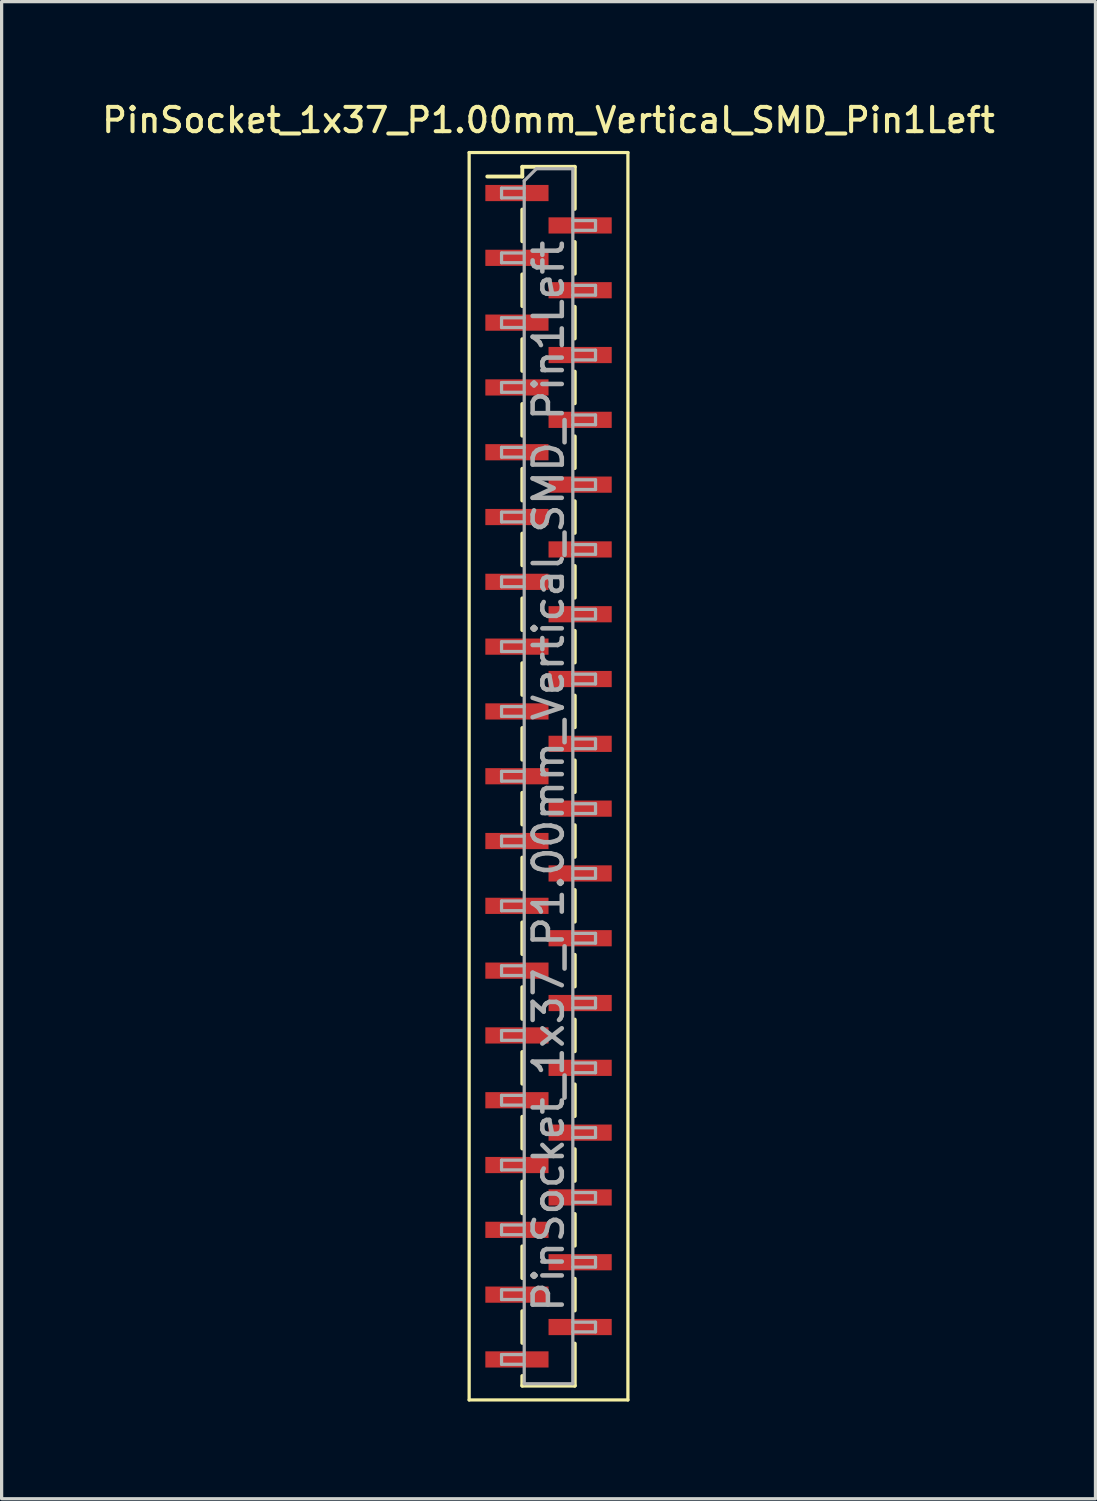
<source format=kicad_pcb>
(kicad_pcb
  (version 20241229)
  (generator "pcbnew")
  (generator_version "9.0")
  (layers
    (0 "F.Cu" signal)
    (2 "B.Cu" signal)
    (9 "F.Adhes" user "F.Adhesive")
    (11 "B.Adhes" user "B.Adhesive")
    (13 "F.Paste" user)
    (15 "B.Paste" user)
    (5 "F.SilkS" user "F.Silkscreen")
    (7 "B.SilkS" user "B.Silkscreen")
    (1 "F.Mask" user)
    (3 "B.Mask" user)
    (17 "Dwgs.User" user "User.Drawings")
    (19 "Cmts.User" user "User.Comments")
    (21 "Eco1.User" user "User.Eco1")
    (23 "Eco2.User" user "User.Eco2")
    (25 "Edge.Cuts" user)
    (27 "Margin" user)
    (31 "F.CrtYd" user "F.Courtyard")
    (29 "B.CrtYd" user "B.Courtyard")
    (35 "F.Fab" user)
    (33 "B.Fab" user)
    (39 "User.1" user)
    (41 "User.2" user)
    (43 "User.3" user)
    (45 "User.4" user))
  (footprint "PinSocket_1x37_P1.00mm_Vertical_SMD_Pin1Left"
    (layer "F.Cu")
    (at 13.88 20.908)
    (property "Reference" "PinSocket_1x37_P1.00mm_Vertical_SMD_Pin1Left" (at 0 -20.25 0) (layer "F.SilkS") (effects (font (size 0.75 0.75) (thickness 0.125))))
    (attr smd)
    (fp_line (start -2.45 -19.25) (end 2.45 -19.25) (stroke (width 0.1) (type solid)) (layer "F.SilkS"))
    (fp_line (start -2.45 19.25) (end -2.45 -19.25) (stroke (width 0.1) (type solid)) (layer "F.SilkS"))
    (fp_line (start -1.89 -18.51) (end -0.81 -18.51) (stroke (width 0.12) (type solid)) (layer "F.SilkS"))
    (fp_line (start -0.81 -18.81) (end -0.81 -18.51) (stroke (width 0.12) (type solid)) (layer "F.SilkS"))
    (fp_line (start -0.81 -18.81) (end 0.81 -18.81) (stroke (width 0.12) (type solid)) (layer "F.SilkS"))
    (fp_line (start -0.81 -17.49) (end -0.81 -16.51) (stroke (width 0.12) (type solid)) (layer "F.SilkS"))
    (fp_line (start -0.81 -15.49) (end -0.81 -14.51) (stroke (width 0.12) (type solid)) (layer "F.SilkS"))
    (fp_line (start -0.81 -13.49) (end -0.81 -12.51) (stroke (width 0.12) (type solid)) (layer "F.SilkS"))
    (fp_line (start -0.81 -11.49) (end -0.81 -10.51) (stroke (width 0.12) (type solid)) (layer "F.SilkS"))
    (fp_line (start -0.81 -9.49) (end -0.81 -8.51) (stroke (width 0.12) (type solid)) (layer "F.SilkS"))
    (fp_line (start -0.81 -7.49) (end -0.81 -6.51) (stroke (width 0.12) (type solid)) (layer "F.SilkS"))
    (fp_line (start -0.81 -5.49) (end -0.81 -4.51) (stroke (width 0.12) (type solid)) (layer "F.SilkS"))
    (fp_line (start -0.81 -3.49) (end -0.81 -2.51) (stroke (width 0.12) (type solid)) (layer "F.SilkS"))
    (fp_line (start -0.81 -1.49) (end -0.81 -0.51) (stroke (width 0.12) (type solid)) (layer "F.SilkS"))
    (fp_line (start -0.81 0.51) (end -0.81 1.49) (stroke (width 0.12) (type solid)) (layer "F.SilkS"))
    (fp_line (start -0.81 2.51) (end -0.81 3.49) (stroke (width 0.12) (type solid)) (layer "F.SilkS"))
    (fp_line (start -0.81 4.51) (end -0.81 5.49) (stroke (width 0.12) (type solid)) (layer "F.SilkS"))
    (fp_line (start -0.81 6.51) (end -0.81 7.49) (stroke (width 0.12) (type solid)) (layer "F.SilkS"))
    (fp_line (start -0.81 8.51) (end -0.81 9.49) (stroke (width 0.12) (type solid)) (layer "F.SilkS"))
    (fp_line (start -0.81 10.51) (end -0.81 11.49) (stroke (width 0.12) (type solid)) (layer "F.SilkS"))
    (fp_line (start -0.81 12.51) (end -0.81 13.49) (stroke (width 0.12) (type solid)) (layer "F.SilkS"))
    (fp_line (start -0.81 14.51) (end -0.81 15.49) (stroke (width 0.12) (type solid)) (layer "F.SilkS"))
    (fp_line (start -0.81 16.51) (end -0.81 17.49) (stroke (width 0.12) (type solid)) (layer "F.SilkS"))
    (fp_line (start -0.81 18.51) (end -0.81 18.81) (stroke (width 0.12) (type solid)) (layer "F.SilkS"))
    (fp_line (start -0.81 18.81) (end 0.81 18.81) (stroke (width 0.12) (type solid)) (layer "F.SilkS"))
    (fp_line (start 0.81 -18.81) (end 0.81 -17.51) (stroke (width 0.12) (type solid)) (layer "F.SilkS"))
    (fp_line (start 0.81 -16.49) (end 0.81 -15.51) (stroke (width 0.12) (type solid)) (layer "F.SilkS"))
    (fp_line (start 0.81 -14.49) (end 0.81 -13.51) (stroke (width 0.12) (type solid)) (layer "F.SilkS"))
    (fp_line (start 0.81 -12.49) (end 0.81 -11.51) (stroke (width 0.12) (type solid)) (layer "F.SilkS"))
    (fp_line (start 0.81 -10.49) (end 0.81 -9.51) (stroke (width 0.12) (type solid)) (layer "F.SilkS"))
    (fp_line (start 0.81 -8.49) (end 0.81 -7.51) (stroke (width 0.12) (type solid)) (layer "F.SilkS"))
    (fp_line (start 0.81 -6.49) (end 0.81 -5.51) (stroke (width 0.12) (type solid)) (layer "F.SilkS"))
    (fp_line (start 0.81 -4.49) (end 0.81 -3.51) (stroke (width 0.12) (type solid)) (layer "F.SilkS"))
    (fp_line (start 0.81 -2.49) (end 0.81 -1.51) (stroke (width 0.12) (type solid)) (layer "F.SilkS"))
    (fp_line (start 0.81 -0.49) (end 0.81 0.49) (stroke (width 0.12) (type solid)) (layer "F.SilkS"))
    (fp_line (start 0.81 1.51) (end 0.81 2.49) (stroke (width 0.12) (type solid)) (layer "F.SilkS"))
    (fp_line (start 0.81 3.51) (end 0.81 4.49) (stroke (width 0.12) (type solid)) (layer "F.SilkS"))
    (fp_line (start 0.81 5.51) (end 0.81 6.49) (stroke (width 0.12) (type solid)) (layer "F.SilkS"))
    (fp_line (start 0.81 7.51) (end 0.81 8.49) (stroke (width 0.12) (type solid)) (layer "F.SilkS"))
    (fp_line (start 0.81 9.51) (end 0.81 10.49) (stroke (width 0.12) (type solid)) (layer "F.SilkS"))
    (fp_line (start 0.81 11.51) (end 0.81 12.49) (stroke (width 0.12) (type solid)) (layer "F.SilkS"))
    (fp_line (start 0.81 13.51) (end 0.81 14.49) (stroke (width 0.12) (type solid)) (layer "F.SilkS"))
    (fp_line (start 0.81 15.51) (end 0.81 16.49) (stroke (width 0.12) (type solid)) (layer "F.SilkS"))
    (fp_line (start 0.81 17.51) (end 0.81 18.81) (stroke (width 0.12) (type solid)) (layer "F.SilkS"))
    (fp_line (start 2.45 -19.25) (end 2.45 19.25) (stroke (width 0.1) (type solid)) (layer "F.SilkS"))
    (fp_line (start 2.45 19.25) (end -2.45 19.25) (stroke (width 0.1) (type solid)) (layer "F.SilkS"))
    (fp_line (start -1.45 -18.15) (end -0.75 -18.15) (stroke (width 0.1) (type solid)) (layer "F.Fab"))
    (fp_line (start -1.45 -17.85) (end -1.45 -18.15) (stroke (width 0.1) (type solid)) (layer "F.Fab"))
    (fp_line (start -1.45 -16.15) (end -0.75 -16.15) (stroke (width 0.1) (type solid)) (layer "F.Fab"))
    (fp_line (start -1.45 -15.85) (end -1.45 -16.15) (stroke (width 0.1) (type solid)) (layer "F.Fab"))
    (fp_line (start -1.45 -14.15) (end -0.75 -14.15) (stroke (width 0.1) (type solid)) (layer "F.Fab"))
    (fp_line (start -1.45 -13.85) (end -1.45 -14.15) (stroke (width 0.1) (type solid)) (layer "F.Fab"))
    (fp_line (start -1.45 -12.15) (end -0.75 -12.15) (stroke (width 0.1) (type solid)) (layer "F.Fab"))
    (fp_line (start -1.45 -11.85) (end -1.45 -12.15) (stroke (width 0.1) (type solid)) (layer "F.Fab"))
    (fp_line (start -1.45 -10.15) (end -0.75 -10.15) (stroke (width 0.1) (type solid)) (layer "F.Fab"))
    (fp_line (start -1.45 -9.85) (end -1.45 -10.15) (stroke (width 0.1) (type solid)) (layer "F.Fab"))
    (fp_line (start -1.45 -8.15) (end -0.75 -8.15) (stroke (width 0.1) (type solid)) (layer "F.Fab"))
    (fp_line (start -1.45 -7.85) (end -1.45 -8.15) (stroke (width 0.1) (type solid)) (layer "F.Fab"))
    (fp_line (start -1.45 -6.15) (end -0.75 -6.15) (stroke (width 0.1) (type solid)) (layer "F.Fab"))
    (fp_line (start -1.45 -5.85) (end -1.45 -6.15) (stroke (width 0.1) (type solid)) (layer "F.Fab"))
    (fp_line (start -1.45 -4.15) (end -0.75 -4.15) (stroke (width 0.1) (type solid)) (layer "F.Fab"))
    (fp_line (start -1.45 -3.85) (end -1.45 -4.15) (stroke (width 0.1) (type solid)) (layer "F.Fab"))
    (fp_line (start -1.45 -2.15) (end -0.75 -2.15) (stroke (width 0.1) (type solid)) (layer "F.Fab"))
    (fp_line (start -1.45 -1.85) (end -1.45 -2.15) (stroke (width 0.1) (type solid)) (layer "F.Fab"))
    (fp_line (start -1.45 -0.15) (end -0.75 -0.15) (stroke (width 0.1) (type solid)) (layer "F.Fab"))
    (fp_line (start -1.45 0.15) (end -1.45 -0.15) (stroke (width 0.1) (type solid)) (layer "F.Fab"))
    (fp_line (start -1.45 1.85) (end -0.75 1.85) (stroke (width 0.1) (type solid)) (layer "F.Fab"))
    (fp_line (start -1.45 2.15) (end -1.45 1.85) (stroke (width 0.1) (type solid)) (layer "F.Fab"))
    (fp_line (start -1.45 3.85) (end -0.75 3.85) (stroke (width 0.1) (type solid)) (layer "F.Fab"))
    (fp_line (start -1.45 4.15) (end -1.45 3.85) (stroke (width 0.1) (type solid)) (layer "F.Fab"))
    (fp_line (start -1.45 5.85) (end -0.75 5.85) (stroke (width 0.1) (type solid)) (layer "F.Fab"))
    (fp_line (start -1.45 6.15) (end -1.45 5.85) (stroke (width 0.1) (type solid)) (layer "F.Fab"))
    (fp_line (start -1.45 7.85) (end -0.75 7.85) (stroke (width 0.1) (type solid)) (layer "F.Fab"))
    (fp_line (start -1.45 8.15) (end -1.45 7.85) (stroke (width 0.1) (type solid)) (layer "F.Fab"))
    (fp_line (start -1.45 9.85) (end -0.75 9.85) (stroke (width 0.1) (type solid)) (layer "F.Fab"))
    (fp_line (start -1.45 10.15) (end -1.45 9.85) (stroke (width 0.1) (type solid)) (layer "F.Fab"))
    (fp_line (start -1.45 11.85) (end -0.75 11.85) (stroke (width 0.1) (type solid)) (layer "F.Fab"))
    (fp_line (start -1.45 12.15) (end -1.45 11.85) (stroke (width 0.1) (type solid)) (layer "F.Fab"))
    (fp_line (start -1.45 13.85) (end -0.75 13.85) (stroke (width 0.1) (type solid)) (layer "F.Fab"))
    (fp_line (start -1.45 14.15) (end -1.45 13.85) (stroke (width 0.1) (type solid)) (layer "F.Fab"))
    (fp_line (start -1.45 15.85) (end -0.75 15.85) (stroke (width 0.1) (type solid)) (layer "F.Fab"))
    (fp_line (start -1.45 16.15) (end -1.45 15.85) (stroke (width 0.1) (type solid)) (layer "F.Fab"))
    (fp_line (start -1.45 17.85) (end -0.75 17.85) (stroke (width 0.1) (type solid)) (layer "F.Fab"))
    (fp_line (start -1.45 18.15) (end -1.45 17.85) (stroke (width 0.1) (type solid)) (layer "F.Fab"))
    (fp_line (start -0.75 -18.375) (end -0.375 -18.75) (stroke (width 0.1) (type solid)) (layer "F.Fab"))
    (fp_line (start -0.75 -17.85) (end -1.45 -17.85) (stroke (width 0.1) (type solid)) (layer "F.Fab"))
    (fp_line (start -0.75 -15.85) (end -1.45 -15.85) (stroke (width 0.1) (type solid)) (layer "F.Fab"))
    (fp_line (start -0.75 -13.85) (end -1.45 -13.85) (stroke (width 0.1) (type solid)) (layer "F.Fab"))
    (fp_line (start -0.75 -11.85) (end -1.45 -11.85) (stroke (width 0.1) (type solid)) (layer "F.Fab"))
    (fp_line (start -0.75 -9.85) (end -1.45 -9.85) (stroke (width 0.1) (type solid)) (layer "F.Fab"))
    (fp_line (start -0.75 -7.85) (end -1.45 -7.85) (stroke (width 0.1) (type solid)) (layer "F.Fab"))
    (fp_line (start -0.75 -5.85) (end -1.45 -5.85) (stroke (width 0.1) (type solid)) (layer "F.Fab"))
    (fp_line (start -0.75 -3.85) (end -1.45 -3.85) (stroke (width 0.1) (type solid)) (layer "F.Fab"))
    (fp_line (start -0.75 -1.85) (end -1.45 -1.85) (stroke (width 0.1) (type solid)) (layer "F.Fab"))
    (fp_line (start -0.75 0.15) (end -1.45 0.15) (stroke (width 0.1) (type solid)) (layer "F.Fab"))
    (fp_line (start -0.75 2.15) (end -1.45 2.15) (stroke (width 0.1) (type solid)) (layer "F.Fab"))
    (fp_line (start -0.75 4.15) (end -1.45 4.15) (stroke (width 0.1) (type solid)) (layer "F.Fab"))
    (fp_line (start -0.75 6.15) (end -1.45 6.15) (stroke (width 0.1) (type solid)) (layer "F.Fab"))
    (fp_line (start -0.75 8.15) (end -1.45 8.15) (stroke (width 0.1) (type solid)) (layer "F.Fab"))
    (fp_line (start -0.75 10.15) (end -1.45 10.15) (stroke (width 0.1) (type solid)) (layer "F.Fab"))
    (fp_line (start -0.75 12.15) (end -1.45 12.15) (stroke (width 0.1) (type solid)) (layer "F.Fab"))
    (fp_line (start -0.75 14.15) (end -1.45 14.15) (stroke (width 0.1) (type solid)) (layer "F.Fab"))
    (fp_line (start -0.75 16.15) (end -1.45 16.15) (stroke (width 0.1) (type solid)) (layer "F.Fab"))
    (fp_line (start -0.75 18.15) (end -1.45 18.15) (stroke (width 0.1) (type solid)) (layer "F.Fab"))
    (fp_line (start -0.75 18.75) (end -0.75 -18.375) (stroke (width 0.1) (type solid)) (layer "F.Fab"))
    (fp_line (start -0.375 -18.75) (end 0.75 -18.75) (stroke (width 0.1) (type solid)) (layer "F.Fab"))
    (fp_line (start 0.75 -18.75) (end 0.75 18.75) (stroke (width 0.1) (type solid)) (layer "F.Fab"))
    (fp_line (start 0.75 -17.15) (end 1.45 -17.15) (stroke (width 0.1) (type solid)) (layer "F.Fab"))
    (fp_line (start 0.75 -15.15) (end 1.45 -15.15) (stroke (width 0.1) (type solid)) (layer "F.Fab"))
    (fp_line (start 0.75 -13.15) (end 1.45 -13.15) (stroke (width 0.1) (type solid)) (layer "F.Fab"))
    (fp_line (start 0.75 -11.15) (end 1.45 -11.15) (stroke (width 0.1) (type solid)) (layer "F.Fab"))
    (fp_line (start 0.75 -9.15) (end 1.45 -9.15) (stroke (width 0.1) (type solid)) (layer "F.Fab"))
    (fp_line (start 0.75 -7.15) (end 1.45 -7.15) (stroke (width 0.1) (type solid)) (layer "F.Fab"))
    (fp_line (start 0.75 -5.15) (end 1.45 -5.15) (stroke (width 0.1) (type solid)) (layer "F.Fab"))
    (fp_line (start 0.75 -3.15) (end 1.45 -3.15) (stroke (width 0.1) (type solid)) (layer "F.Fab"))
    (fp_line (start 0.75 -1.15) (end 1.45 -1.15) (stroke (width 0.1) (type solid)) (layer "F.Fab"))
    (fp_line (start 0.75 0.85) (end 1.45 0.85) (stroke (width 0.1) (type solid)) (layer "F.Fab"))
    (fp_line (start 0.75 2.85) (end 1.45 2.85) (stroke (width 0.1) (type solid)) (layer "F.Fab"))
    (fp_line (start 0.75 4.85) (end 1.45 4.85) (stroke (width 0.1) (type solid)) (layer "F.Fab"))
    (fp_line (start 0.75 6.85) (end 1.45 6.85) (stroke (width 0.1) (type solid)) (layer "F.Fab"))
    (fp_line (start 0.75 8.85) (end 1.45 8.85) (stroke (width 0.1) (type solid)) (layer "F.Fab"))
    (fp_line (start 0.75 10.85) (end 1.45 10.85) (stroke (width 0.1) (type solid)) (layer "F.Fab"))
    (fp_line (start 0.75 12.85) (end 1.45 12.85) (stroke (width 0.1) (type solid)) (layer "F.Fab"))
    (fp_line (start 0.75 14.85) (end 1.45 14.85) (stroke (width 0.1) (type solid)) (layer "F.Fab"))
    (fp_line (start 0.75 16.85) (end 1.45 16.85) (stroke (width 0.1) (type solid)) (layer "F.Fab"))
    (fp_line (start 0.75 18.75) (end -0.75 18.75) (stroke (width 0.1) (type solid)) (layer "F.Fab"))
    (fp_line (start 1.45 -17.15) (end 1.45 -16.85) (stroke (width 0.1) (type solid)) (layer "F.Fab"))
    (fp_line (start 1.45 -16.85) (end 0.75 -16.85) (stroke (width 0.1) (type solid)) (layer "F.Fab"))
    (fp_line (start 1.45 -15.15) (end 1.45 -14.85) (stroke (width 0.1) (type solid)) (layer "F.Fab"))
    (fp_line (start 1.45 -14.85) (end 0.75 -14.85) (stroke (width 0.1) (type solid)) (layer "F.Fab"))
    (fp_line (start 1.45 -13.15) (end 1.45 -12.85) (stroke (width 0.1) (type solid)) (layer "F.Fab"))
    (fp_line (start 1.45 -12.85) (end 0.75 -12.85) (stroke (width 0.1) (type solid)) (layer "F.Fab"))
    (fp_line (start 1.45 -11.15) (end 1.45 -10.85) (stroke (width 0.1) (type solid)) (layer "F.Fab"))
    (fp_line (start 1.45 -10.85) (end 0.75 -10.85) (stroke (width 0.1) (type solid)) (layer "F.Fab"))
    (fp_line (start 1.45 -9.15) (end 1.45 -8.85) (stroke (width 0.1) (type solid)) (layer "F.Fab"))
    (fp_line (start 1.45 -8.85) (end 0.75 -8.85) (stroke (width 0.1) (type solid)) (layer "F.Fab"))
    (fp_line (start 1.45 -7.15) (end 1.45 -6.85) (stroke (width 0.1) (type solid)) (layer "F.Fab"))
    (fp_line (start 1.45 -6.85) (end 0.75 -6.85) (stroke (width 0.1) (type solid)) (layer "F.Fab"))
    (fp_line (start 1.45 -5.15) (end 1.45 -4.85) (stroke (width 0.1) (type solid)) (layer "F.Fab"))
    (fp_line (start 1.45 -4.85) (end 0.75 -4.85) (stroke (width 0.1) (type solid)) (layer "F.Fab"))
    (fp_line (start 1.45 -3.15) (end 1.45 -2.85) (stroke (width 0.1) (type solid)) (layer "F.Fab"))
    (fp_line (start 1.45 -2.85) (end 0.75 -2.85) (stroke (width 0.1) (type solid)) (layer "F.Fab"))
    (fp_line (start 1.45 -1.15) (end 1.45 -0.85) (stroke (width 0.1) (type solid)) (layer "F.Fab"))
    (fp_line (start 1.45 -0.85) (end 0.75 -0.85) (stroke (width 0.1) (type solid)) (layer "F.Fab"))
    (fp_line (start 1.45 0.85) (end 1.45 1.15) (stroke (width 0.1) (type solid)) (layer "F.Fab"))
    (fp_line (start 1.45 1.15) (end 0.75 1.15) (stroke (width 0.1) (type solid)) (layer "F.Fab"))
    (fp_line (start 1.45 2.85) (end 1.45 3.15) (stroke (width 0.1) (type solid)) (layer "F.Fab"))
    (fp_line (start 1.45 3.15) (end 0.75 3.15) (stroke (width 0.1) (type solid)) (layer "F.Fab"))
    (fp_line (start 1.45 4.85) (end 1.45 5.15) (stroke (width 0.1) (type solid)) (layer "F.Fab"))
    (fp_line (start 1.45 5.15) (end 0.75 5.15) (stroke (width 0.1) (type solid)) (layer "F.Fab"))
    (fp_line (start 1.45 6.85) (end 1.45 7.15) (stroke (width 0.1) (type solid)) (layer "F.Fab"))
    (fp_line (start 1.45 7.15) (end 0.75 7.15) (stroke (width 0.1) (type solid)) (layer "F.Fab"))
    (fp_line (start 1.45 8.85) (end 1.45 9.15) (stroke (width 0.1) (type solid)) (layer "F.Fab"))
    (fp_line (start 1.45 9.15) (end 0.75 9.15) (stroke (width 0.1) (type solid)) (layer "F.Fab"))
    (fp_line (start 1.45 10.85) (end 1.45 11.15) (stroke (width 0.1) (type solid)) (layer "F.Fab"))
    (fp_line (start 1.45 11.15) (end 0.75 11.15) (stroke (width 0.1) (type solid)) (layer "F.Fab"))
    (fp_line (start 1.45 12.85) (end 1.45 13.15) (stroke (width 0.1) (type solid)) (layer "F.Fab"))
    (fp_line (start 1.45 13.15) (end 0.75 13.15) (stroke (width 0.1) (type solid)) (layer "F.Fab"))
    (fp_line (start 1.45 14.85) (end 1.45 15.15) (stroke (width 0.1) (type solid)) (layer "F.Fab"))
    (fp_line (start 1.45 15.15) (end 0.75 15.15) (stroke (width 0.1) (type solid)) (layer "F.Fab"))
    (fp_line (start 1.45 16.85) (end 1.45 17.15) (stroke (width 0.1) (type solid)) (layer "F.Fab"))
    (fp_line (start 1.45 17.15) (end 0.75 17.15) (stroke (width 0.1) (type solid)) (layer "F.Fab"))
    (fp_text user "${REFERENCE}" (at 0 0 90) (layer "F.Fab") (effects (font (size 0.9 0.9) (thickness 0.14))))
    (pad "1" smd rect (at -0.975 -18) (size 1.95 0.5) (layers "F.Cu" "F.Mask" "F.Paste"))
    (pad "2" smd rect (at 0.975 -17) (size 1.95 0.5) (layers "F.Cu" "F.Mask" "F.Paste"))
    (pad "3" smd rect (at -0.975 -16) (size 1.95 0.5) (layers "F.Cu" "F.Mask" "F.Paste"))
    (pad "4" smd rect (at 0.975 -15) (size 1.95 0.5) (layers "F.Cu" "F.Mask" "F.Paste"))
    (pad "5" smd rect (at -0.975 -14) (size 1.95 0.5) (layers "F.Cu" "F.Mask" "F.Paste"))
    (pad "6" smd rect (at 0.975 -13) (size 1.95 0.5) (layers "F.Cu" "F.Mask" "F.Paste"))
    (pad "7" smd rect (at -0.975 -12) (size 1.95 0.5) (layers "F.Cu" "F.Mask" "F.Paste"))
    (pad "8" smd rect (at 0.975 -11) (size 1.95 0.5) (layers "F.Cu" "F.Mask" "F.Paste"))
    (pad "9" smd rect (at -0.975 -10) (size 1.95 0.5) (layers "F.Cu" "F.Mask" "F.Paste"))
    (pad "10" smd rect (at 0.975 -9) (size 1.95 0.5) (layers "F.Cu" "F.Mask" "F.Paste"))
    (pad "11" smd rect (at -0.975 -8) (size 1.95 0.5) (layers "F.Cu" "F.Mask" "F.Paste"))
    (pad "12" smd rect (at 0.975 -7) (size 1.95 0.5) (layers "F.Cu" "F.Mask" "F.Paste"))
    (pad "13" smd rect (at -0.975 -6) (size 1.95 0.5) (layers "F.Cu" "F.Mask" "F.Paste"))
    (pad "14" smd rect (at 0.975 -5) (size 1.95 0.5) (layers "F.Cu" "F.Mask" "F.Paste"))
    (pad "15" smd rect (at -0.975 -4) (size 1.95 0.5) (layers "F.Cu" "F.Mask" "F.Paste"))
    (pad "16" smd rect (at 0.975 -3) (size 1.95 0.5) (layers "F.Cu" "F.Mask" "F.Paste"))
    (pad "17" smd rect (at -0.975 -2) (size 1.95 0.5) (layers "F.Cu" "F.Mask" "F.Paste"))
    (pad "18" smd rect (at 0.975 -1) (size 1.95 0.5) (layers "F.Cu" "F.Mask" "F.Paste"))
    (pad "19" smd rect (at -0.975 0) (size 1.95 0.5) (layers "F.Cu" "F.Mask" "F.Paste"))
    (pad "20" smd rect (at 0.975 1) (size 1.95 0.5) (layers "F.Cu" "F.Mask" "F.Paste"))
    (pad "21" smd rect (at -0.975 2) (size 1.95 0.5) (layers "F.Cu" "F.Mask" "F.Paste"))
    (pad "22" smd rect (at 0.975 3) (size 1.95 0.5) (layers "F.Cu" "F.Mask" "F.Paste"))
    (pad "23" smd rect (at -0.975 4) (size 1.95 0.5) (layers "F.Cu" "F.Mask" "F.Paste"))
    (pad "24" smd rect (at 0.975 5) (size 1.95 0.5) (layers "F.Cu" "F.Mask" "F.Paste"))
    (pad "25" smd rect (at -0.975 6) (size 1.95 0.5) (layers "F.Cu" "F.Mask" "F.Paste"))
    (pad "26" smd rect (at 0.975 7) (size 1.95 0.5) (layers "F.Cu" "F.Mask" "F.Paste"))
    (pad "27" smd rect (at -0.975 8) (size 1.95 0.5) (layers "F.Cu" "F.Mask" "F.Paste"))
    (pad "28" smd rect (at 0.975 9) (size 1.95 0.5) (layers "F.Cu" "F.Mask" "F.Paste"))
    (pad "29" smd rect (at -0.975 10) (size 1.95 0.5) (layers "F.Cu" "F.Mask" "F.Paste"))
    (pad "30" smd rect (at 0.975 11) (size 1.95 0.5) (layers "F.Cu" "F.Mask" "F.Paste"))
    (pad "31" smd rect (at -0.975 12) (size 1.95 0.5) (layers "F.Cu" "F.Mask" "F.Paste"))
    (pad "32" smd rect (at 0.975 13) (size 1.95 0.5) (layers "F.Cu" "F.Mask" "F.Paste"))
    (pad "33" smd rect (at -0.975 14) (size 1.95 0.5) (layers "F.Cu" "F.Mask" "F.Paste"))
    (pad "34" smd rect (at 0.975 15) (size 1.95 0.5) (layers "F.Cu" "F.Mask" "F.Paste"))
    (pad "35" smd rect (at -0.975 16) (size 1.95 0.5) (layers "F.Cu" "F.Mask" "F.Paste"))
    (pad "36" smd rect (at 0.975 17) (size 1.95 0.5) (layers "F.Cu" "F.Mask" "F.Paste"))
    (pad "37" smd rect (at -0.975 18) (size 1.95 0.5) (layers "F.Cu" "F.Mask" "F.Paste")))
  (gr_rect
    (start -3 -3)
    (end 30.761 43.208)
    (stroke (width 0.1) (type default))
    (fill no)
    (layer "Edge.Cuts")))
</source>
